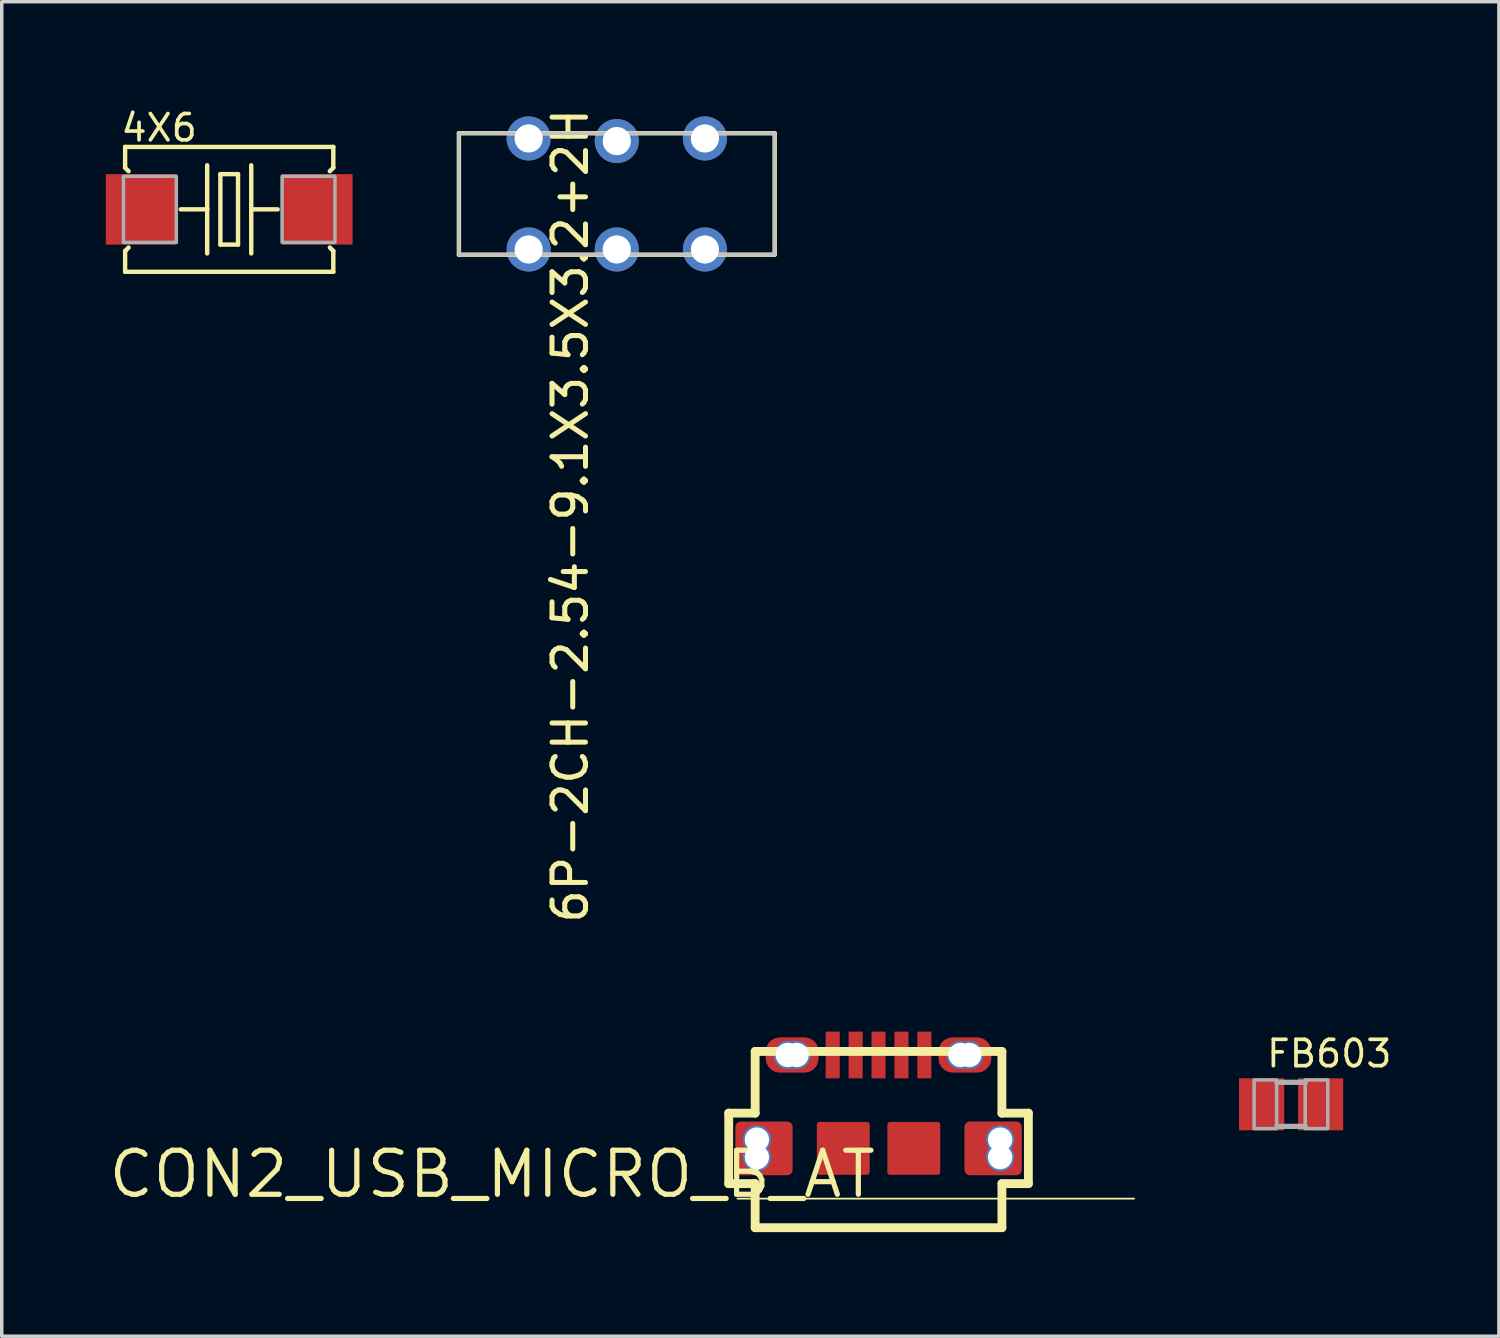
<source format=kicad_pcb>
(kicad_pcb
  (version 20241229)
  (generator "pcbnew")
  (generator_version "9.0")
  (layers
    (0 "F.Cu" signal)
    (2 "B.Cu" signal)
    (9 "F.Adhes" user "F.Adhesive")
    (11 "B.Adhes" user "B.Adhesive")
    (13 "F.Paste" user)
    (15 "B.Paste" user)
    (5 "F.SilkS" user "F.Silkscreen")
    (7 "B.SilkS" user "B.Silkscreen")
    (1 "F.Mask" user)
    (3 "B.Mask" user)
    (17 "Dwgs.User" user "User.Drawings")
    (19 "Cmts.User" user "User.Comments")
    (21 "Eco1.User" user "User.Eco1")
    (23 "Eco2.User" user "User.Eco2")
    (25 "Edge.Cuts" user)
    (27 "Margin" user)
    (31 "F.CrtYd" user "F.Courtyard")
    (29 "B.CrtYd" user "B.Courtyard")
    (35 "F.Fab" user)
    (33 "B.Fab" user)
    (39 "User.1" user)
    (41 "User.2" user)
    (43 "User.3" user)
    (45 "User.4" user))
  (footprint "FB603"
    (layer "F.Cu")
    (at 34.161 28.777)
    (property "Reference" "FB603" (at -0.762 -1.016 0) (layer "F.SilkS") (effects (font (size 0.76 0.76) (thickness 0.106)) (justify left bottom)))
    (attr through_hole)
    (fp_line (start -0.41 -0.635) (end 0.41 -0.635) (stroke (width 0.152) (type solid)) (layer "F.Fab"))
    (fp_line (start -0.41 0.635) (end 0.41 0.635) (stroke (width 0.152) (type solid)) (layer "F.Fab"))
    (fp_poly (pts (xy -1.067 0.699) (xy -0.417 0.699) (xy -0.417 -0.702) (xy -1.067 -0.702)) (stroke (width 0.1) (type solid)) (fill no) (layer "F.Fab"))
    (fp_poly (pts (xy 0.406 0.699) (xy 1.056 0.699) (xy 1.056 -0.702) (xy 0.406 -0.702)) (stroke (width 0.1) (type solid)) (fill no) (layer "F.Fab"))
    (pad "1" smd rect (at -0.85 0) (size 1.3 1.5) (layers "F.Cu" "F.Mask" "F.Paste"))
    (pad "2" smd rect (at 0.85 0) (size 1.3 1.5) (layers "F.Cu" "F.Mask" "F.Paste")))
  (footprint "6P-2CH-2.54-9.1X3.5X3.2+2H"
    (layer "F.Cu")
    (at 14.726 2.54)
    (property "Reference" "6P-2CH-2.54-9.1X3.5X3.2+2H" (at -1.905 -2.54 270) (layer "F.SilkS") (effects (font (size 0.965 0.965) (thickness 0.145)) (justify right top)))
    (attr through_hole)
    (fp_line (start -4.55 -1.75) (end 4.55 -1.75) (stroke (width 0.127) (type solid)) (layer "F.SilkS"))
    (fp_line (start -4.55 1.75) (end -4.55 -1.75) (stroke (width 0.127) (type solid)) (layer "F.SilkS"))
    (fp_line (start 4.55 -1.75) (end 4.55 1.75) (stroke (width 0.127) (type solid)) (layer "F.SilkS"))
    (fp_line (start 4.55 1.75) (end -4.55 1.75) (stroke (width 0.127) (type solid)) (layer "F.SilkS"))
    (fp_poly (pts (xy 4.55 1.75) (xy 4.55 -1.75) (xy -4.55 -1.75) (xy -4.55 1.75)) (stroke (width 0.1) (type solid)) (fill no) (layer "Dwgs.User"))
    (pad "CH1A" thru_hole circle (at -2.54 1.6 90) (size 1.27 1.27) (drill 0.813) (layers "*.Cu" "*.Mask"))
    (pad "CH1B" thru_hole circle (at 2.54 1.6 90) (size 1.27 1.27) (drill 0.813) (layers "*.Cu" "*.Mask"))
    (pad "CH2A" thru_hole circle (at -2.54 -1.6 90) (size 1.27 1.27) (drill 0.813) (layers "*.Cu" "*.Mask"))
    (pad "CH2B" thru_hole circle (at 2.54 -1.6 90) (size 1.27 1.27) (drill 0.813) (layers "*.Cu" "*.Mask"))
    (pad "COM1" thru_hole circle (at 0 1.6 90) (size 1.27 1.27) (drill 0.813) (layers "*.Cu" "*.Mask"))
    (pad "COM2" thru_hole circle (at 0 -1.524 90) (size 1.27 1.27) (drill 0.813) (layers "*.Cu" "*.Mask")))
  (footprint "CON2_USB_MICRO_B_AT"
    (layer "F.Cu")
    (at 22.27 30.047)
    (property "Reference" "CON2_USB_MICRO_B_AT" (at 0 0 0) (layer "F.SilkS") (effects (font (size 1.27 1.27) (thickness 0.15)) (justify right top)))
    (attr through_hole)
    (fp_line (start -4.318 -1.016) (end -3.556 -1.016) (stroke (width 0.254) (type solid)) (layer "F.SilkS"))
    (fp_line (start -4.318 1.016) (end -4.318 -1.016) (stroke (width 0.254) (type solid)) (layer "F.SilkS"))
    (fp_line (start -4.064 1.448) (end 7.366 1.448) (stroke (width 0.051) (type solid)) (layer "F.SilkS"))
    (fp_line (start -3.556 -2.794) (end 3.556 -2.794) (stroke (width 0.254) (type solid)) (layer "F.SilkS"))
    (fp_line (start -3.556 -1.016) (end -3.556 -2.794) (stroke (width 0.254) (type solid)) (layer "F.SilkS"))
    (fp_line (start -3.556 1.016) (end -4.318 1.016) (stroke (width 0.254) (type solid)) (layer "F.SilkS"))
    (fp_line (start -3.556 2.286) (end -3.556 1.016) (stroke (width 0.254) (type solid)) (layer "F.SilkS"))
    (fp_line (start 3.556 -2.794) (end 3.556 -1.016) (stroke (width 0.254) (type solid)) (layer "F.SilkS"))
    (fp_line (start 3.556 -1.016) (end 4.318 -1.016) (stroke (width 0.254) (type solid)) (layer "F.SilkS"))
    (fp_line (start 3.556 1.016) (end 3.556 2.286) (stroke (width 0.254) (type solid)) (layer "F.SilkS"))
    (fp_line (start 3.556 2.286) (end -3.556 2.286) (stroke (width 0.254) (type solid)) (layer "F.SilkS"))
    (fp_line (start 4.318 -1.016) (end 4.318 1.016) (stroke (width 0.254) (type solid)) (layer "F.SilkS"))
    (fp_line (start 4.318 1.016) (end 3.556 1.016) (stroke (width 0.254) (type solid)) (layer "F.SilkS"))
    (fp_line (start -4.039 0.432) (end -4.039 -0.432) (stroke (width 0.127) (type solid)) (layer "F.Paste"))
    (fp_line (start -3.937 -0.584) (end -3.937 0.584) (stroke (width 0.127) (type solid)) (layer "F.Paste"))
    (fp_line (start -3.785 -0.686) (end -2.819 -0.686) (stroke (width 0.127) (type solid)) (layer "F.Paste"))
    (fp_line (start -3.15 -2.515) (end -3.15 -2.87) (stroke (width 0.127) (type solid)) (layer "F.Paste"))
    (fp_line (start -3.073 -0.66) (end -2.972 -0.66) (stroke (width 0.127) (type solid)) (layer "F.Paste"))
    (fp_line (start -3.073 0.635) (end -3.073 -0.66) (stroke (width 0.127) (type solid)) (layer "F.Paste"))
    (fp_line (start -3.048 -2.87) (end -3.023 -2.489) (stroke (width 0.127) (type solid)) (layer "F.Paste"))
    (fp_line (start -2.972 -0.66) (end -2.972 0.635) (stroke (width 0.127) (type solid)) (layer "F.Paste"))
    (fp_line (start -2.972 -0.66) (end -2.946 -0.66) (stroke (width 0.127) (type solid)) (layer "F.Paste"))
    (fp_line (start -2.972 0.635) (end -2.845 0.635) (stroke (width 0.127) (type solid)) (layer "F.Paste"))
    (fp_line (start -2.896 -3.124) (end -2.083 -3.124) (stroke (width 0.127) (type solid)) (layer "F.Paste"))
    (fp_line (start -2.845 -0.635) (end -2.743 -0.635) (stroke (width 0.127) (type solid)) (layer "F.Paste"))
    (fp_line (start -2.845 0.635) (end -2.845 -0.635) (stroke (width 0.127) (type solid)) (layer "F.Paste"))
    (fp_line (start -2.819 0.686) (end -3.785 0.686) (stroke (width 0.127) (type solid)) (layer "F.Paste"))
    (fp_line (start -2.743 -0.635) (end -2.743 0.635) (stroke (width 0.127) (type solid)) (layer "F.Paste"))
    (fp_line (start -2.743 0.635) (end -2.692 0.635) (stroke (width 0.127) (type solid)) (layer "F.Paste"))
    (fp_line (start -2.692 0.635) (end -2.692 -0.635) (stroke (width 0.127) (type solid)) (layer "F.Paste"))
    (fp_line (start -2.565 -0.432) (end -2.565 0.432) (stroke (width 0.127) (type solid)) (layer "F.Paste"))
    (fp_line (start -2.083 -2.261) (end -2.896 -2.261) (stroke (width 0.127) (type solid)) (layer "F.Paste"))
    (fp_line (start -1.956 -2.489) (end -1.956 -2.896) (stroke (width 0.127) (type solid)) (layer "F.Paste"))
    (fp_line (start -1.829 -2.87) (end -1.829 -2.515) (stroke (width 0.127) (type solid)) (layer "F.Paste"))
    (fp_line (start 1.829 -2.515) (end 1.829 -2.87) (stroke (width 0.127) (type solid)) (layer "F.Paste"))
    (fp_line (start 1.93 -2.87) (end 1.93 -2.515) (stroke (width 0.127) (type solid)) (layer "F.Paste"))
    (fp_line (start 2.083 -3.124) (end 2.896 -3.124) (stroke (width 0.127) (type solid)) (layer "F.Paste"))
    (fp_line (start 2.591 0.432) (end 2.591 -0.432) (stroke (width 0.127) (type solid)) (layer "F.Paste"))
    (fp_line (start 2.692 -0.584) (end 2.692 0.584) (stroke (width 0.127) (type solid)) (layer "F.Paste"))
    (fp_line (start 2.692 0.584) (end 2.819 0.584) (stroke (width 0.127) (type solid)) (layer "F.Paste"))
    (fp_line (start 2.819 -0.584) (end 2.946 -0.584) (stroke (width 0.127) (type solid)) (layer "F.Paste"))
    (fp_line (start 2.819 0.584) (end 2.819 -0.584) (stroke (width 0.127) (type solid)) (layer "F.Paste"))
    (fp_line (start 2.845 -0.686) (end 3.759 -0.686) (stroke (width 0.127) (type solid)) (layer "F.Paste"))
    (fp_line (start 2.896 -2.261) (end 2.083 -2.261) (stroke (width 0.127) (type solid)) (layer "F.Paste"))
    (fp_line (start 2.946 -0.584) (end 2.946 0.61) (stroke (width 0.127) (type solid)) (layer "F.Paste"))
    (fp_line (start 2.946 0.61) (end 3.048 0.61) (stroke (width 0.127) (type solid)) (layer "F.Paste"))
    (fp_line (start 3.023 -2.896) (end 3.023 -2.489) (stroke (width 0.127) (type solid)) (layer "F.Paste"))
    (fp_line (start 3.073 0.584) (end 3.073 -0.61) (stroke (width 0.127) (type solid)) (layer "F.Paste"))
    (fp_line (start 3.15 -2.87) (end 3.15 -2.515) (stroke (width 0.127) (type solid)) (layer "F.Paste"))
    (fp_line (start 3.759 0.686) (end 2.845 0.686) (stroke (width 0.127) (type solid)) (layer "F.Paste"))
    (fp_line (start 3.912 -0.584) (end 3.912 0.584) (stroke (width 0.127) (type solid)) (layer "F.Paste"))
    (fp_line (start 4.013 -0.432) (end 4.013 0.432) (stroke (width 0.127) (type solid)) (layer "F.Paste"))
    (fp_arc (start -4.0386 -0.4318) (mid -3.964205 -0.611405) (end -3.7846 -0.6858) (stroke (width 0.127) (type solid)) (layer "F.Paste"))
    (fp_arc (start -3.7846 0.6858) (mid -3.964205 0.611405) (end -4.0386 0.4318) (stroke (width 0.127) (type solid)) (layer "F.Paste"))
    (fp_arc (start -3.1496 -2.8702) (mid -3.075205 -3.049805) (end -2.8956 -3.1242) (stroke (width 0.127) (type solid)) (layer "F.Paste"))
    (fp_arc (start -3.048 -2.8702) (mid -3.003363 -2.977963) (end -2.8956 -3.0226) (stroke (width 0.127) (type solid)) (layer "F.Paste"))
    (fp_arc (start -2.8956 -2.3622) (mid -2.985403 -2.399397) (end -3.0226 -2.4892) (stroke (width 0.127) (type solid)) (layer "F.Paste"))
    (fp_arc (start -2.8956 -2.2606) (mid -3.075205 -2.334995) (end -3.1496 -2.5146) (stroke (width 0.127) (type solid)) (layer "F.Paste"))
    (fp_arc (start -2.8194 -0.6858) (mid -2.639795 -0.611405) (end -2.5654 -0.4318) (stroke (width 0.127) (type solid)) (layer "F.Paste"))
    (fp_arc (start -2.5654 0.4318) (mid -2.639795 0.611405) (end -2.8194 0.6858) (stroke (width 0.127) (type solid)) (layer "F.Paste"))
    (fp_arc (start -2.0828 -3.1242) (mid -1.903195 -3.049805) (end -1.8288 -2.8702) (stroke (width 0.127) (type solid)) (layer "F.Paste"))
    (fp_arc (start -2.0828 -3.0226) (mid -1.992997 -2.985403) (end -1.9558 -2.8956) (stroke (width 0.127) (type solid)) (layer "F.Paste"))
    (fp_arc (start -1.9558 -2.4892) (mid -1.992997 -2.399397) (end -2.0828 -2.3622) (stroke (width 0.127) (type solid)) (layer "F.Paste"))
    (fp_arc (start -1.8288 -2.5146) (mid -1.903195 -2.334995) (end -2.0828 -2.2606) (stroke (width 0.127) (type solid)) (layer "F.Paste"))
    (fp_arc (start 1.8288 -2.8702) (mid 1.903195 -3.049805) (end 2.0828 -3.1242) (stroke (width 0.127) (type solid)) (layer "F.Paste"))
    (fp_arc (start 1.9304 -2.8702) (mid 1.967597 -2.960003) (end 2.0574 -2.9972) (stroke (width 0.127) (type solid)) (layer "F.Paste"))
    (fp_arc (start 2.0574 -2.3876) (mid 1.967597 -2.424797) (end 1.9304 -2.5146) (stroke (width 0.127) (type solid)) (layer "F.Paste"))
    (fp_arc (start 2.0828 -2.2606) (mid 1.903195 -2.334995) (end 1.8288 -2.5146) (stroke (width 0.127) (type solid)) (layer "F.Paste"))
    (fp_arc (start 2.5908 -0.4318) (mid 2.665195 -0.611405) (end 2.8448 -0.6858) (stroke (width 0.127) (type solid)) (layer "F.Paste"))
    (fp_arc (start 2.8448 0.6858) (mid 2.665195 0.611405) (end 2.5908 0.4318) (stroke (width 0.127) (type solid)) (layer "F.Paste"))
    (fp_arc (start 2.8956 -3.1242) (mid 3.075205 -3.049805) (end 3.1496 -2.8702) (stroke (width 0.127) (type solid)) (layer "F.Paste"))
    (fp_arc (start 2.8956 -3.0226) (mid 2.985403 -2.985403) (end 3.0226 -2.8956) (stroke (width 0.127) (type solid)) (layer "F.Paste"))
    (fp_arc (start 3.0226 -2.4892) (mid 2.985403 -2.399397) (end 2.8956 -2.3622) (stroke (width 0.127) (type solid)) (layer "F.Paste"))
    (fp_arc (start 3.0734 0.5842) (mid 3.065961 0.602161) (end 3.048 0.6096) (stroke (width 0.127) (type solid)) (layer "F.Paste"))
    (fp_arc (start 3.1496 -2.5146) (mid 3.075205 -2.334995) (end 2.8956 -2.2606) (stroke (width 0.127) (type solid)) (layer "F.Paste"))
    (fp_arc (start 3.7592 -0.6858) (mid 3.938805 -0.611405) (end 4.0132 -0.4318) (stroke (width 0.127) (type solid)) (layer "F.Paste"))
    (fp_arc (start 4.0132 0.4318) (mid 3.938805 0.611405) (end 3.7592 0.6858) (stroke (width 0.127) (type solid)) (layer "F.Paste"))
    (pad "K" thru_hole circle (at -3.505 -0.254) (size 0.813 0.813) (drill 0.7) (layers "*.Cu" "*.Mask"))
    (pad "L" thru_hole circle (at -3.505 0.254) (size 0.813 0.813) (drill 0.7) (layers "*.Cu" "*.Mask"))
    (pad "M" thru_hole circle (at 3.505 -0.254) (size 0.813 0.813) (drill 0.7) (layers "*.Cu" "*.Mask"))
    (pad "N" thru_hole circle (at 3.505 0.254) (size 0.813 0.813) (drill 0.7) (layers "*.Cu" "*.Mask"))
    (pad "O" thru_hole circle (at 2.616 -2.692) (size 0.813 0.813) (drill 0.7) (layers "*.Cu" "*.Mask"))
    (pad "P" thru_hole circle (at 2.362 -2.692) (size 0.813 0.813) (drill 0.7) (layers "*.Cu" "*.Mask"))
    (pad "P1" smd roundrect (at -1.321 -2.692) (size 0.406 1.346) (layers "F.Cu" "F.Mask" "F.Paste") (roundrect_rratio 0.05))
    (pad "P2" smd roundrect (at -0.66 -2.692) (size 0.406 1.346) (layers "F.Cu" "F.Mask" "F.Paste") (roundrect_rratio 0.05))
    (pad "P3" smd roundrect (at 0 -2.692) (size 0.406 1.346) (layers "F.Cu" "F.Mask" "F.Paste") (roundrect_rratio 0.05))
    (pad "P4" smd roundrect (at 0.66 -2.692) (size 0.406 1.346) (layers "F.Cu" "F.Mask" "F.Paste") (roundrect_rratio 0.05))
    (pad "P5" smd roundrect (at 1.321 -2.692) (size 0.406 1.346) (layers "F.Cu" "F.Mask" "F.Paste") (roundrect_rratio 0.05))
    (pad "Q" thru_hole circle (at -2.362 -2.692) (size 0.813 0.813) (drill 0.7) (layers "*.Cu" "*.Mask"))
    (pad "R" thru_hole circle (at -2.616 -2.692) (size 0.813 0.813) (drill 0.7) (layers "*.Cu" "*.Mask"))
    (pad "S1" smd roundrect (at -3.302 0) (size 1.651 1.549) (layers "F.Cu" "F.Mask") (roundrect_rratio 0.1))
    (pad "S2" smd roundrect (at 3.302 0) (size 1.651 1.549) (layers "F.Cu" "F.Mask") (roundrect_rratio 0.1))
    (pad "S3" smd roundrect (at -2.489 -2.692) (size 1.524 1.016) (layers "F.Cu" "F.Mask") (roundrect_rratio 0.4))
    (pad "S4" smd roundrect (at 2.489 -2.692) (size 1.524 1.016) (layers "F.Cu" "F.Mask") (roundrect_rratio 0.4))
    (pad "S5" smd roundrect (at -1.016 0) (size 1.524 1.524) (layers "F.Cu" "F.Mask" "F.Paste") (roundrect_rratio 0.05))
    (pad "S6" smd roundrect (at 1.016 0) (size 1.524 1.524) (layers "F.Cu" "F.Mask" "F.Paste") (roundrect_rratio 0.05)))
  (footprint "4X6"
    (layer "F.Cu")
    (at 3.556 2.984)
    (property "Reference" "4X6" (at -3.175 -1.905 180) (layer "F.SilkS") (effects (font (size 0.76 0.76) (thickness 0.106)) (justify left bottom)))
    (attr through_hole)
    (fp_line (start -3 -1.8) (end -3 -1.2) (stroke (width 0.127) (type solid)) (layer "F.SilkS"))
    (fp_line (start -3 -1.2) (end -2.9 -1.1) (stroke (width 0.127) (type solid)) (layer "F.SilkS"))
    (fp_line (start -3 1.2) (end -3 1.8) (stroke (width 0.127) (type solid)) (layer "F.SilkS"))
    (fp_line (start -3 1.8) (end 3 1.8) (stroke (width 0.127) (type solid)) (layer "F.SilkS"))
    (fp_line (start -2.9 1.1) (end -3 1.2) (stroke (width 0.127) (type solid)) (layer "F.SilkS"))
    (fp_line (start -0.635 -1.27) (end -0.635 0) (stroke (width 0.127) (type solid)) (layer "F.SilkS"))
    (fp_line (start -0.635 0) (end -1.397 0) (stroke (width 0.127) (type solid)) (layer "F.SilkS"))
    (fp_line (start -0.635 0) (end -0.635 1.27) (stroke (width 0.127) (type solid)) (layer "F.SilkS"))
    (fp_line (start -0.254 -1.016) (end -0.254 1.016) (stroke (width 0.127) (type solid)) (layer "F.SilkS"))
    (fp_line (start -0.254 1.016) (end 0.254 1.016) (stroke (width 0.127) (type solid)) (layer "F.SilkS"))
    (fp_line (start 0.254 -1.016) (end -0.254 -1.016) (stroke (width 0.127) (type solid)) (layer "F.SilkS"))
    (fp_line (start 0.254 1.016) (end 0.254 -1.016) (stroke (width 0.127) (type solid)) (layer "F.SilkS"))
    (fp_line (start 0.635 -1.27) (end 0.635 0) (stroke (width 0.127) (type solid)) (layer "F.SilkS"))
    (fp_line (start 0.635 0) (end 0.635 1.27) (stroke (width 0.127) (type solid)) (layer "F.SilkS"))
    (fp_line (start 0.635 0) (end 1.397 0) (stroke (width 0.127) (type solid)) (layer "F.SilkS"))
    (fp_line (start 2.9 -1.1) (end 3 -1.2) (stroke (width 0.127) (type solid)) (layer "F.SilkS"))
    (fp_line (start 3 -1.8) (end -3 -1.8) (stroke (width 0.127) (type solid)) (layer "F.SilkS"))
    (fp_line (start 3 -1.2) (end 3 -1.8) (stroke (width 0.127) (type solid)) (layer "F.SilkS"))
    (fp_line (start 3 1.2) (end 2.9 1.1) (stroke (width 0.127) (type solid)) (layer "F.SilkS"))
    (fp_line (start 3 1.8) (end 3 1.2) (stroke (width 0.127) (type solid)) (layer "F.SilkS"))
    (fp_poly (pts (xy -3.048 0.953) (xy -1.524 0.953) (xy -1.524 -0.953) (xy -3.048 -0.953)) (stroke (width 0.1) (type solid)) (fill no) (layer "F.Fab"))
    (fp_poly (pts (xy 1.524 0.953) (xy 3.048 0.953) (xy 3.048 -0.953) (xy 1.524 -0.953)) (stroke (width 0.1) (type solid)) (fill no) (layer "F.Fab"))
    (pad "1" smd rect (at -2.54 0) (size 2.032 2.032) (layers "F.Cu" "F.Mask" "F.Paste"))
    (pad "2" smd rect (at 2.54 0) (size 2.032 2.032) (layers "F.Cu" "F.Mask" "F.Paste")))
  (gr_rect
    (start -3 -3)
    (end 40.149 35.46)
    (stroke (width 0.1) (type default))
    (fill no)
    (layer "Edge.Cuts")))
</source>
